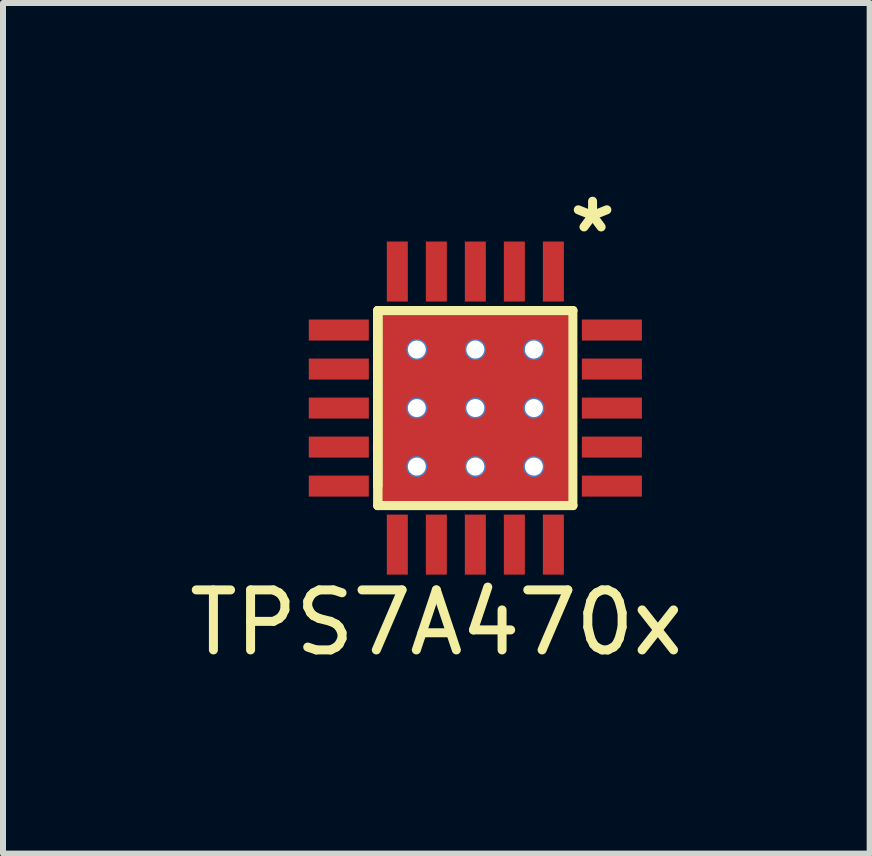
<source format=kicad_pcb>
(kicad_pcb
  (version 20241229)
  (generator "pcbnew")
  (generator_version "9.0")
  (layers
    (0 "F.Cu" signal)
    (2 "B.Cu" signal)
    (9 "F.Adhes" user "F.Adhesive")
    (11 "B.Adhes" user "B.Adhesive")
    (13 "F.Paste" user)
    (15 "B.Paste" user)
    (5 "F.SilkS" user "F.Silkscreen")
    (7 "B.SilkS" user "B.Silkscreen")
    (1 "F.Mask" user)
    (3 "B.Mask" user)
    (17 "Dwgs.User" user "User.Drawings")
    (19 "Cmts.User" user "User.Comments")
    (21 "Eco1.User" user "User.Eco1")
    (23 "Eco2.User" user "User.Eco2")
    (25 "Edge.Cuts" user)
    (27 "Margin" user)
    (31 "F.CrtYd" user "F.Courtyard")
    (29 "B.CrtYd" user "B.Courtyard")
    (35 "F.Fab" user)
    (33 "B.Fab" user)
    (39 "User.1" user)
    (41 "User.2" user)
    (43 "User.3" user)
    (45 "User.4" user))
  (footprint "TPS7A470x"
    (layer "F.Cu")
    (at 4.87 3.749)
    (property "Reference" "TPS7A470x" (at -0.65 3.575 0) (layer "F.SilkS") (effects (font (size 1 1) (thickness 0.15))))
    (attr through_hole)
    (fp_line (start -1.625 -1.625) (end -1.625 1.3) (stroke (width 0.15) (type solid)) (layer "F.SilkS"))
    (fp_line (start -1.625 -1.625) (end -1.625 1.625) (stroke (width 0.15) (type solid)) (layer "F.SilkS"))
    (fp_line (start -1.625 -1.625) (end 1.625 -1.625) (stroke (width 0.15) (type solid)) (layer "F.SilkS"))
    (fp_line (start -1.625 1.3) (end -1.625 -1.625) (stroke (width 0.15) (type solid)) (layer "F.SilkS"))
    (fp_line (start -1.625 1.625) (end -1.625 -1.625) (stroke (width 0.15) (type solid)) (layer "F.SilkS"))
    (fp_line (start -1.625 1.625) (end 1.625 1.625) (stroke (width 0.15) (type solid)) (layer "F.SilkS"))
    (fp_line (start 1.625 -1.625) (end -1.625 -1.625) (stroke (width 0.15) (type solid)) (layer "F.SilkS"))
    (fp_line (start 1.625 1.625) (end -1.625 1.625) (stroke (width 0.15) (type solid)) (layer "F.SilkS"))
    (fp_line (start 1.625 1.625) (end 1.625 -1.625) (stroke (width 0.15) (type solid)) (layer "F.SilkS"))
    (fp_text user "*" (at 1.953 -2.901 0) (layer "F.SilkS") (effects (font (size 1 1) (thickness 0.15))))
    (pad "1" smd rect (at 1.3 -2.275 180) (size 0.35 1) (layers "F.Cu" "F.Mask"))
    (pad "2" smd rect (at 0.65 -2.275 180) (size 0.35 1) (layers "F.Cu" "F.Mask"))
    (pad "3" smd rect (at 0 -2.275 180) (size 0.35 1) (layers "F.Cu" "F.Mask"))
    (pad "4" smd rect (at -0.65 -2.275 180) (size 0.35 1) (layers "F.Cu" "F.Mask"))
    (pad "5" smd rect (at -1.3 -2.275 180) (size 0.35 1) (layers "F.Cu" "F.Mask"))
    (pad "6" smd rect (at -2.275 -1.3 90) (size 0.35 1) (layers "F.Cu" "F.Mask"))
    (pad "7" smd rect (at -2.275 -0.65 90) (size 0.35 1) (layers "F.Cu" "F.Mask"))
    (pad "8" smd rect (at -2.275 0 90) (size 0.35 1) (layers "F.Cu" "F.Mask"))
    (pad "9" smd rect (at -2.275 0.65 90) (size 0.35 1) (layers "F.Cu" "F.Mask"))
    (pad "10" smd rect (at -2.275 1.3 90) (size 0.35 1) (layers "F.Cu" "F.Mask"))
    (pad "11" smd rect (at -1.3 2.275) (size 0.35 1) (layers "F.Cu" "F.Mask"))
    (pad "12" smd rect (at -0.65 2.275) (size 0.35 1) (layers "F.Cu" "F.Mask"))
    (pad "13" smd rect (at 0 2.275) (size 0.35 1) (layers "F.Cu" "F.Mask"))
    (pad "14" smd rect (at 0.65 2.275) (size 0.35 1) (layers "F.Cu" "F.Mask"))
    (pad "15" smd rect (at 1.3 2.275) (size 0.35 1) (layers "F.Cu" "F.Mask"))
    (pad "16" smd rect (at 2.275 1.3 90) (size 0.35 1) (layers "F.Cu" "F.Mask"))
    (pad "17" smd rect (at 2.275 0.65 90) (size 0.35 1) (layers "F.Cu" "F.Mask"))
    (pad "18" smd rect (at 2.275 0 90) (size 0.35 1) (layers "F.Cu" "F.Mask"))
    (pad "19" smd rect (at 2.275 -0.65 90) (size 0.35 1) (layers "F.Cu" "F.Mask"))
    (pad "20" smd rect (at 2.275 -1.3 90) (size 0.35 1) (layers "F.Cu" "F.Mask"))
    (pad "21" thru_hole circle (at -0.975 -0.975 90) (size 0.35 0.35) (drill 0.3) (layers "*.Cu"))
    (pad "21" thru_hole circle (at -0.975 0 90) (size 0.35 0.35) (drill 0.3) (layers "*.Cu"))
    (pad "21" thru_hole circle (at -0.975 0.975 90) (size 0.35 0.35) (drill 0.3) (layers "*.Cu"))
    (pad "21" thru_hole circle (at 0 -0.975 90) (size 0.35 0.35) (drill 0.3) (layers "*.Cu"))
    (pad "21" thru_hole circle (at 0 0 90) (size 0.35 0.35) (drill 0.3) (layers "*.Cu"))
    (pad "21" smd rect (at 0 0 180) (size 3.15 3.15) (layers "F.Cu" "F.Mask"))
    (pad "21" thru_hole circle (at 0 0.975 90) (size 0.35 0.35) (drill 0.3) (layers "*.Cu"))
    (pad "21" thru_hole circle (at 0.975 -0.975 90) (size 0.35 0.35) (drill 0.3) (layers "*.Cu"))
    (pad "21" thru_hole circle (at 0.975 0 90) (size 0.35 0.35) (drill 0.3) (layers "*.Cu"))
    (pad "21" thru_hole circle (at 0.975 0.975 90) (size 0.35 0.35) (drill 0.3) (layers "*.Cu")))
  (gr_rect
    (start -3 -3)
    (end 11.44 11.172)
    (stroke (width 0.1) (type default))
    (fill no)
    (layer "Edge.Cuts")))
</source>
